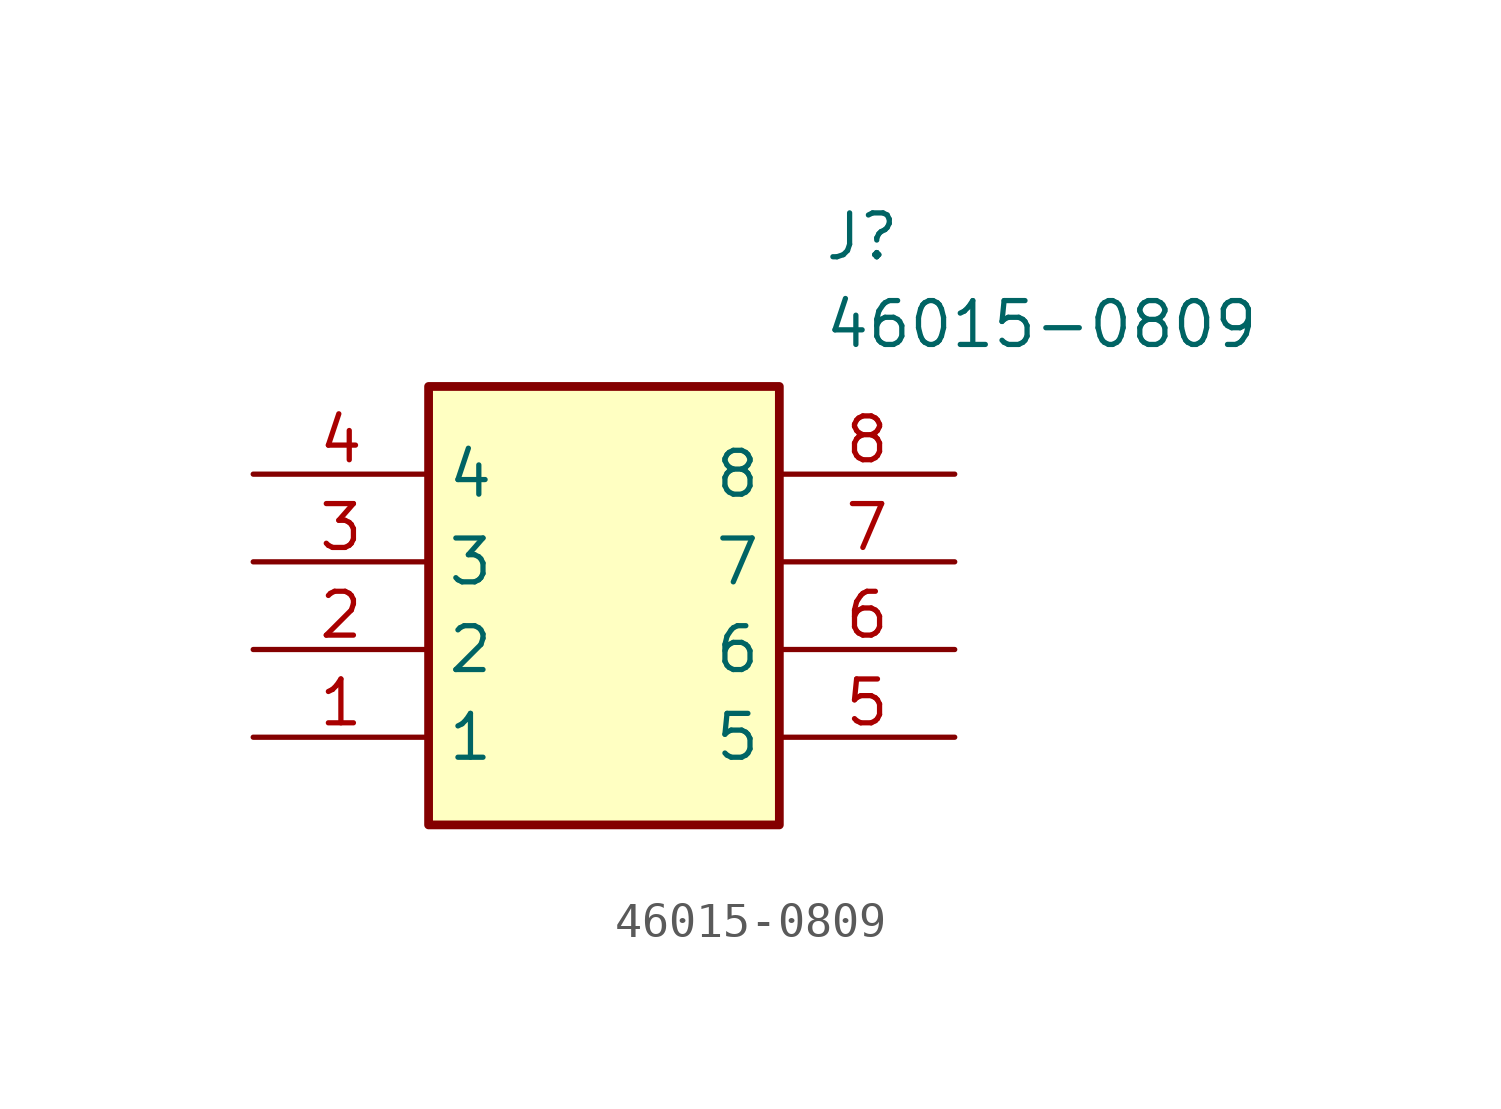
<source format=kicad_sym>
(kicad_symbol_lib
  (version 20211014)
  (generator SamacSys_ECAD_Model)
  (symbol "46015-0809"
    (property "Reference" "J"
      (at 16.51 7.62 0)
      (effects (font (size 1.27 1.27)) (justify left top)))
    (property "Value" "46015-0809"
      (at 16.51 5.08 0)
      (effects (font (size 1.27 1.27)) (justify left top)))
    (rectangle
      (start 5.08 2.54)
      (end 15.24 -10.16)
      (stroke (width 0.254) (type default))
      (fill (type background)))
    (pin passive line
      (at 0 -7.62 0)
      (length 5.08)
      (name "1" (effects (font (size 1.27 1.27))))
      (number "1" (effects (font (size 1.27 1.27)))))
    (pin passive line
      (at 0 -5.08 0)
      (length 5.08)
      (name "2" (effects (font (size 1.27 1.27))))
      (number "2" (effects (font (size 1.27 1.27)))))
    (pin passive line
      (at 0 -2.54 0)
      (length 5.08)
      (name "3" (effects (font (size 1.27 1.27))))
      (number "3" (effects (font (size 1.27 1.27)))))
    (pin passive line
      (at 0 0 0)
      (length 5.08)
      (name "4" (effects (font (size 1.27 1.27))))
      (number "4" (effects (font (size 1.27 1.27)))))
    (pin passive line
      (at 20.32 -7.62 180)
      (length 5.08)
      (name "5" (effects (font (size 1.27 1.27))))
      (number "5" (effects (font (size 1.27 1.27)))))
    (pin passive line
      (at 20.32 -5.08 180)
      (length 5.08)
      (name "6" (effects (font (size 1.27 1.27))))
      (number "6" (effects (font (size 1.27 1.27)))))
    (pin passive line
      (at 20.32 -2.54 180)
      (length 5.08)
      (name "7" (effects (font (size 1.27 1.27))))
      (number "7" (effects (font (size 1.27 1.27)))))
    (pin passive line
      (at 20.32 0 180)
      (length 5.08)
      (name "8" (effects (font (size 1.27 1.27))))
      (number "8" (effects (font (size 1.27 1.27)))))))
</source>
